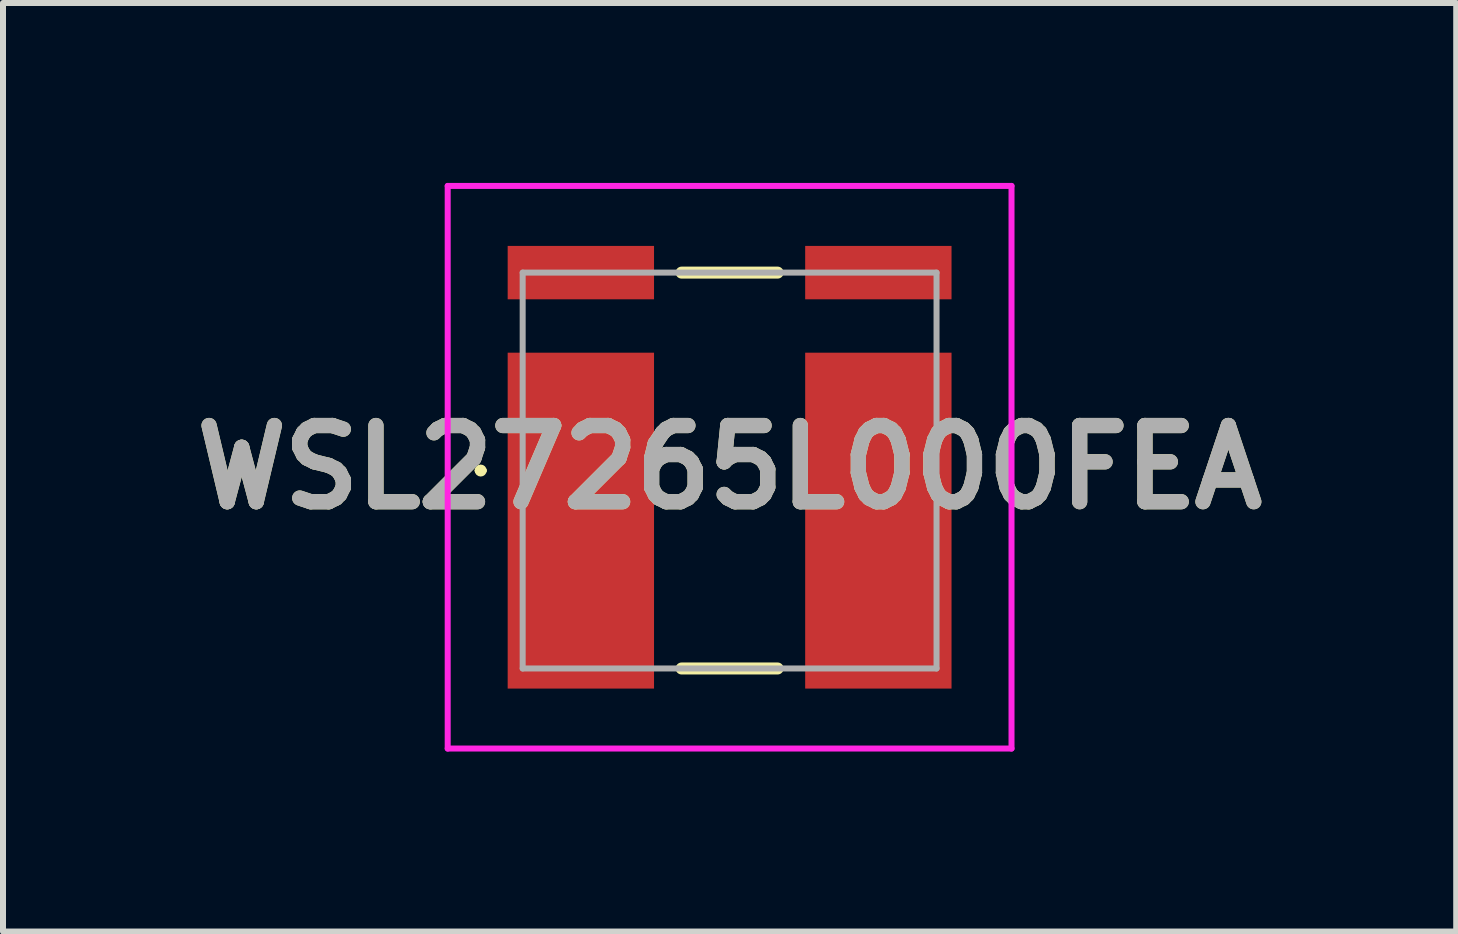
<source format=kicad_pcb>
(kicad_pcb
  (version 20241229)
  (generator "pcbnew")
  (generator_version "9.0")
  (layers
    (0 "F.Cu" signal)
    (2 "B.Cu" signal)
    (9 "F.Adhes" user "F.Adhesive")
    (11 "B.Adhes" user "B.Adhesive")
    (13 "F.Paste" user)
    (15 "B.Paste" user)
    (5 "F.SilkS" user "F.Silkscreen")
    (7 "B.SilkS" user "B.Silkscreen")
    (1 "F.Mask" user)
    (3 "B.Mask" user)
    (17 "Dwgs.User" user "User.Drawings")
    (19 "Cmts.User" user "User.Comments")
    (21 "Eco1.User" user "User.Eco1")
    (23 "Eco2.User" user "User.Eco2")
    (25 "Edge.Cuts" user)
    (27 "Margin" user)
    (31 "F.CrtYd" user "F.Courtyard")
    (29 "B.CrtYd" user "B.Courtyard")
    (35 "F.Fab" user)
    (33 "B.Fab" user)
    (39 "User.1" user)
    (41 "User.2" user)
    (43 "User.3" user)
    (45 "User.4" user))
  (footprint "WSL27265L000FEA"
    (layer "F.Cu")
    (at 9.114 4.795)
    (property "Reference" "WSL27265L000FEA" (at 0 -0.055 0) (layer "F.SilkS") (effects (font (size 1.27 1.27) (thickness 0.254))))
    (attr smd)
    (fp_line (start -4.2 0) (end -4.2 0) (stroke (width 0.1) (type solid)) (layer "F.SilkS"))
    (fp_line (start -4.1 0) (end -4.1 0) (stroke (width 0.1) (type solid)) (layer "F.SilkS"))
    (fp_line (start -0.8 -3.3) (end 0.8 -3.3) (stroke (width 0.2) (type solid)) (layer "F.SilkS"))
    (fp_line (start -0.8 3.3) (end 0.8 3.3) (stroke (width 0.2) (type solid)) (layer "F.SilkS"))
    (fp_arc (start -4.2 0) (mid -4.15 -0.05) (end -4.1 0) (stroke (width 0.1) (type solid)) (layer "F.SilkS"))
    (fp_arc (start -4.1 0) (mid -4.15 0.05) (end -4.2 0) (stroke (width 0.1) (type solid)) (layer "F.SilkS"))
    (fp_line (start -4.7 -4.745) (end 4.7 -4.745) (stroke (width 0.1) (type solid)) (layer "F.CrtYd"))
    (fp_line (start -4.7 4.635) (end -4.7 -4.745) (stroke (width 0.1) (type solid)) (layer "F.CrtYd"))
    (fp_line (start 4.7 -4.745) (end 4.7 4.635) (stroke (width 0.1) (type solid)) (layer "F.CrtYd"))
    (fp_line (start 4.7 4.635) (end -4.7 4.635) (stroke (width 0.1) (type solid)) (layer "F.CrtYd"))
    (fp_line (start -3.45 -3.3) (end 3.45 -3.3) (stroke (width 0.1) (type solid)) (layer "F.Fab"))
    (fp_line (start -3.45 3.3) (end -3.45 -3.3) (stroke (width 0.1) (type solid)) (layer "F.Fab"))
    (fp_line (start 3.45 -3.3) (end 3.45 3.3) (stroke (width 0.1) (type solid)) (layer "F.Fab"))
    (fp_line (start 3.45 3.3) (end -3.45 3.3) (stroke (width 0.1) (type solid)) (layer "F.Fab"))
    (fp_text user "${REFERENCE}" (at 0 -0.055 0) (layer "F.Fab") (effects (font (size 1.27 1.27) (thickness 0.254))))
    (pad "1" smd rect (at -2.48 0.835) (size 2.44 5.6) (layers "F.Cu" "F.Mask" "F.Paste"))
    (pad "2" smd rect (at -2.48 -3.3 90) (size 0.89 2.44) (layers "F.Cu" "F.Mask" "F.Paste"))
    (pad "3" smd rect (at 2.48 0.835) (size 2.44 5.6) (layers "F.Cu" "F.Mask" "F.Paste"))
    (pad "4" smd rect (at 2.48 -3.3 90) (size 0.89 2.44) (layers "F.Cu" "F.Mask" "F.Paste")))
  (gr_rect
    (start -3 -3)
    (end 21.228 12.48)
    (stroke (width 0.1) (type default))
    (fill no)
    (layer "Edge.Cuts")))
</source>
